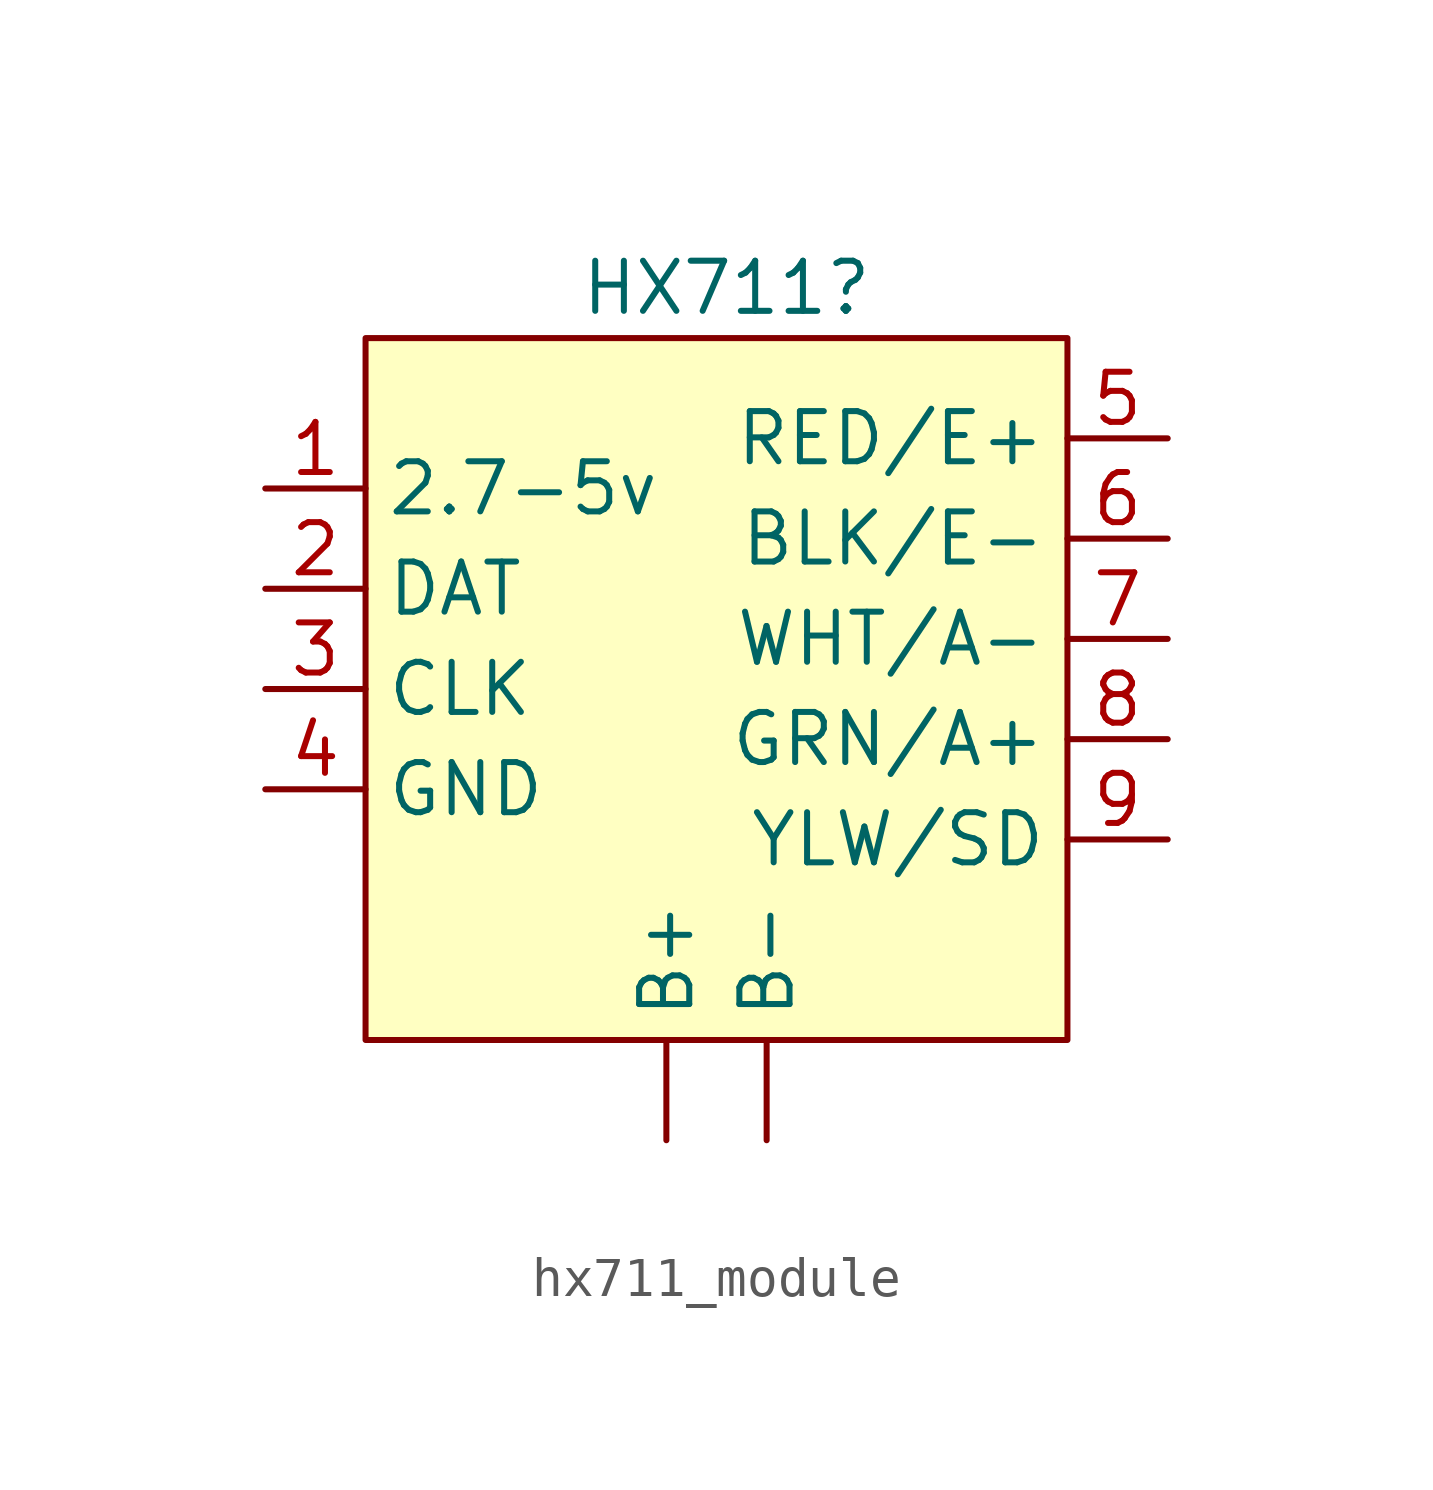
<source format=kicad_sym>
(kicad_symbol_lib
  (version 20231120)
  (generator "kicad_symbol_editor")
  (generator_version "8.0")
  (symbol "hx711_module"
    (property "Reference" "HX711"
      (at 0.254 0 0)
      (effects (font (size 1.27 1.27))))
    (property "Value" ""
      (at 0 0 0)
      (effects (font (size 1.27 1.27))))
    (symbol "hx711_module_1_1"
      (rectangle (start -8.89 -1.27) (end 8.89 -19.05) (stroke (width 0) (type default)) (fill (type background)))
      (pin input line (at -1.27 -21.59 90) (length 2.54) (name "B+" (effects (font (size 1.27 1.27)))) (number "" (effects (font (size 1.27 1.27)))))
      (pin input line (at 1.27 -21.59 90) (length 2.54) (name "B-" (effects (font (size 1.27 1.27)))) (number "" (effects (font (size 1.27 1.27)))))
      (pin power_in line (at -11.43 -5.08 0) (length 2.54) (name "2.7-5v" (effects (font (size 1.27 1.27)))) (number "1" (effects (font (size 1.27 1.27)))))
      (pin output line (at -11.43 -7.62 0) (length 2.54) (name "DAT" (effects (font (size 1.27 1.27)))) (number "2" (effects (font (size 1.27 1.27)))))
      (pin output line (at -11.43 -10.16 0) (length 2.54) (name "CLK" (effects (font (size 1.27 1.27)))) (number "3" (effects (font (size 1.27 1.27)))))
      (pin power_in line (at -11.43 -12.7 0) (length 2.54) (name "GND" (effects (font (size 1.27 1.27)))) (number "4" (effects (font (size 1.27 1.27)))))
      (pin input line (at 11.43 -3.81 180) (length 2.54) (name "RED/E+" (effects (font (size 1.27 1.27)))) (number "5" (effects (font (size 1.27 1.27)))))
      (pin input line (at 11.43 -6.35 180) (length 2.54) (name "BLK/E-" (effects (font (size 1.27 1.27)))) (number "6" (effects (font (size 1.27 1.27)))))
      (pin input line (at 11.43 -8.89 180) (length 2.54) (name "WHT/A-" (effects (font (size 1.27 1.27)))) (number "7" (effects (font (size 1.27 1.27)))))
      (pin input line (at 11.43 -11.43 180) (length 2.54) (name "GRN/A+" (effects (font (size 1.27 1.27)))) (number "8" (effects (font (size 1.27 1.27)))))
      (pin input line (at 11.43 -13.97 180) (length 2.54) (name "YLW/SD" (effects (font (size 1.27 1.27)))) (number "9" (effects (font (size 1.27 1.27))))))))
</source>
